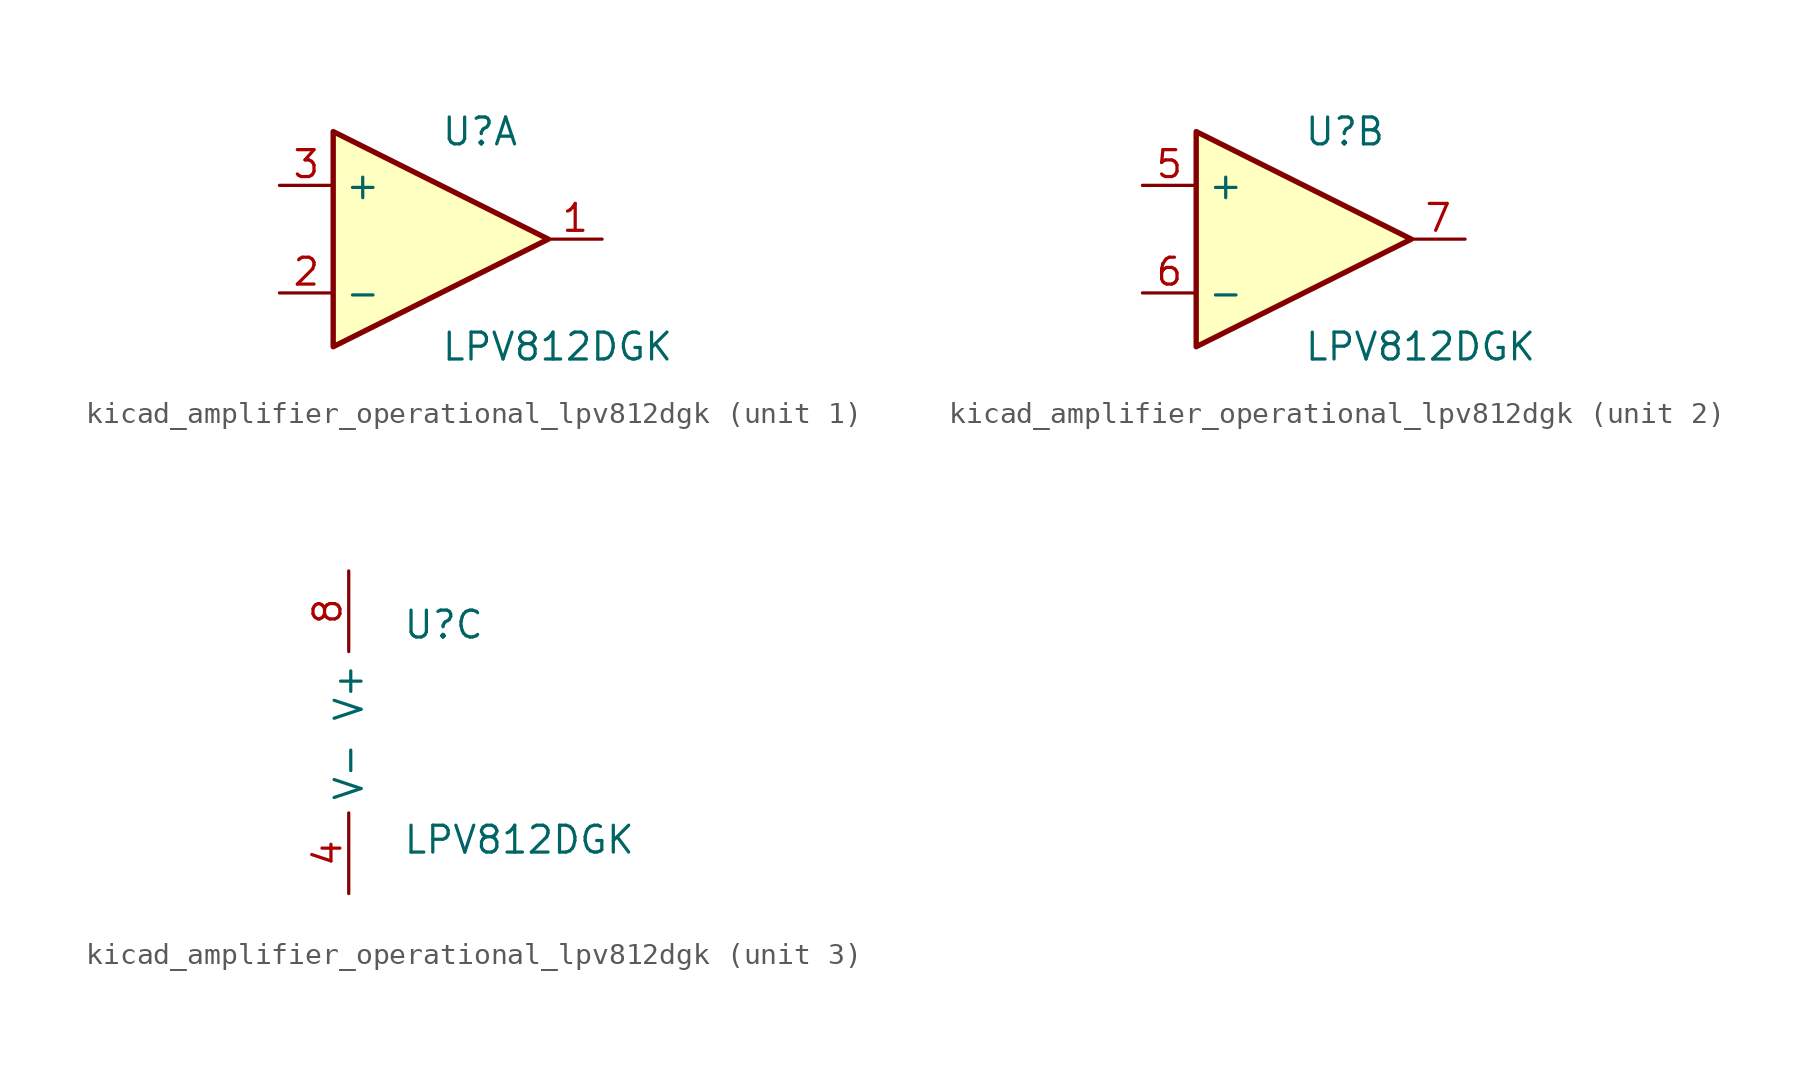
<source format=kicad_sym>
(kicad_symbol_lib
  (version 20220914)
  (generator kicad_symbol_editor)
  (symbol "kicad_amplifier_operational_lpv812dgk"
    (property "Reference" "U"
      (at 0 5.08 0)
      (effects (font (size 1.27 1.27)) (justify left)))
    (property "Value" "LPV812DGK"
      (at 0 -5.08 0)
      (effects (font (size 1.27 1.27)) (justify left)))
    (property "ki_locked" ""
      (at 0 0 0)
      (effects (font (size 1.27 1.27))))
    (symbol "kicad_amplifier_operational_lpv812dgk_1_1"
      (polyline (pts (xy -5.08 5.08) (xy 5.08 0) (xy -5.08 -5.08) (xy -5.08 5.08)) (stroke (width 0.254) (type default)) (fill (type background)))
      (pin output line (at 7.62 0 180) (length 2.54) (name "~" (effects (font (size 1.27 1.27)))) (number "1" (effects (font (size 1.27 1.27)))))
      (pin input line (at -7.62 -2.54 0) (length 2.54) (name "-" (effects (font (size 1.27 1.27)))) (number "2" (effects (font (size 1.27 1.27)))))
      (pin input line (at -7.62 2.54 0) (length 2.54) (name "+" (effects (font (size 1.27 1.27)))) (number "3" (effects (font (size 1.27 1.27))))))
    (symbol "kicad_amplifier_operational_lpv812dgk_2_1"
      (polyline (pts (xy -5.08 5.08) (xy 5.08 0) (xy -5.08 -5.08) (xy -5.08 5.08)) (stroke (width 0.254) (type default)) (fill (type background)))
      (pin input line (at -7.62 2.54 0) (length 2.54) (name "+" (effects (font (size 1.27 1.27)))) (number "5" (effects (font (size 1.27 1.27)))))
      (pin input line (at -7.62 -2.54 0) (length 2.54) (name "-" (effects (font (size 1.27 1.27)))) (number "6" (effects (font (size 1.27 1.27)))))
      (pin output line (at 7.62 0 180) (length 2.54) (name "~" (effects (font (size 1.27 1.27)))) (number "7" (effects (font (size 1.27 1.27))))))
    (symbol "kicad_amplifier_operational_lpv812dgk_3_1"
      (pin power_in line (at -2.54 -7.62 90) (length 3.81) (name "V-" (effects (font (size 1.27 1.27)))) (number "4" (effects (font (size 1.27 1.27)))))
      (pin power_in line (at -2.54 7.62 270) (length 3.81) (name "V+" (effects (font (size 1.27 1.27)))) (number "8" (effects (font (size 1.27 1.27))))))))
</source>
